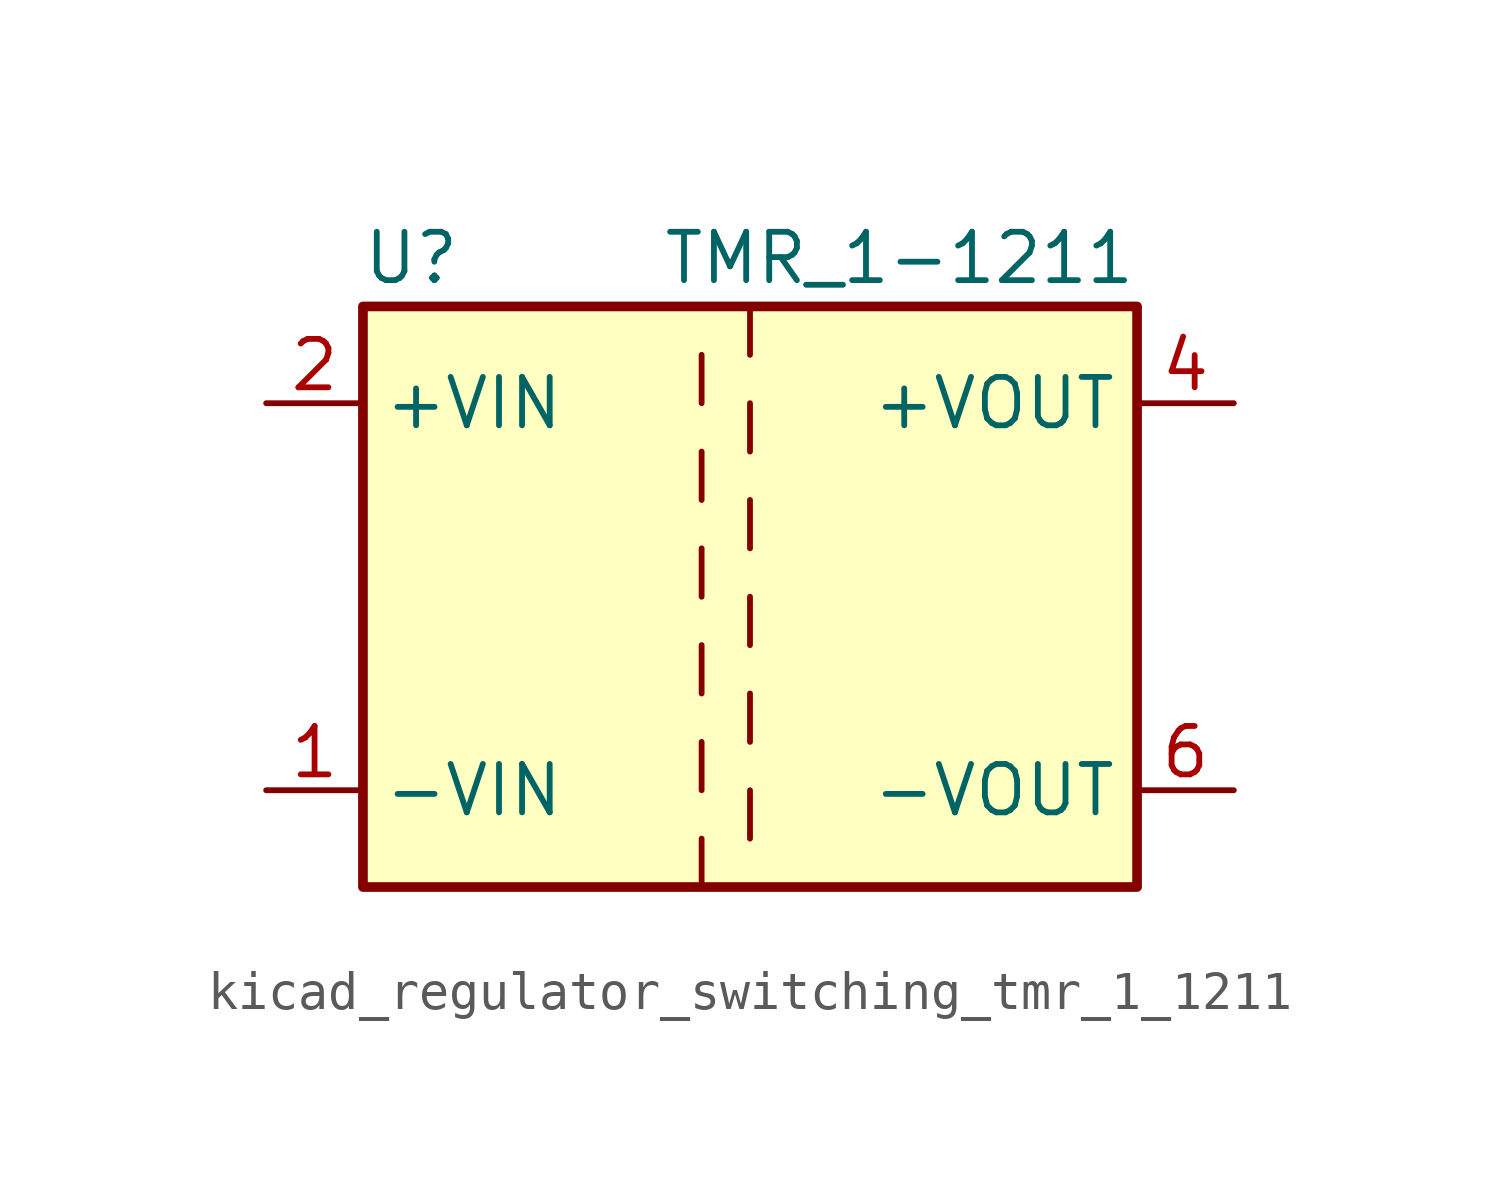
<source format=kicad_sym>
(kicad_symbol_lib
  (version 20220914)
  (generator kicad_symbol_editor)
  (symbol "kicad_regulator_switching_tmr_1_1211"
    (property "Reference" "U"
      (at -8.89 8.89 0)
      (effects (font (size 1.27 1.27))))
    (property "Value" "TMR_1-1211"
      (at 10.16 8.89 0)
      (effects (font (size 1.27 1.27)) (justify right)))
    (symbol "kicad_regulator_switching_tmr_1_1211_0_1"
      (rectangle (start -10.16 7.62) (end 10.16 -7.62) (stroke (width 0.254) (type default)) (fill (type background)))
      (polyline (pts (xy -1.27 -7.62) (xy -1.27 -6.35)) (stroke (width 0) (type default)) (fill (type none)))
      (polyline (pts (xy -1.27 -5.08) (xy -1.27 -3.81)) (stroke (width 0) (type default)) (fill (type none)))
      (polyline (pts (xy -1.27 -2.54) (xy -1.27 -1.27)) (stroke (width 0) (type default)) (fill (type none)))
      (polyline (pts (xy -1.27 0) (xy -1.27 1.27)) (stroke (width 0) (type default)) (fill (type none)))
      (polyline (pts (xy -1.27 2.54) (xy -1.27 3.81)) (stroke (width 0) (type default)) (fill (type none)))
      (polyline (pts (xy -1.27 5.08) (xy -1.27 6.35)) (stroke (width 0) (type default)) (fill (type none)))
      (polyline (pts (xy 0 -5.08) (xy 0 -6.35)) (stroke (width 0) (type default)) (fill (type none)))
      (polyline (pts (xy 0 -2.54) (xy 0 -3.81)) (stroke (width 0) (type default)) (fill (type none)))
      (polyline (pts (xy 0 0) (xy 0 -1.27)) (stroke (width 0) (type default)) (fill (type none)))
      (polyline (pts (xy 0 2.54) (xy 0 1.27)) (stroke (width 0) (type default)) (fill (type none)))
      (polyline (pts (xy 0 5.08) (xy 0 3.81)) (stroke (width 0) (type default)) (fill (type none)))
      (polyline (pts (xy 0 7.62) (xy 0 6.35)) (stroke (width 0) (type default)) (fill (type none))))
    (symbol "kicad_regulator_switching_tmr_1_1211_1_1"
      (pin power_in line (at -12.7 -5.08 0) (length 2.54) (name "-VIN" (effects (font (size 1.27 1.27)))) (number "1" (effects (font (size 1.27 1.27)))))
      (pin power_in line (at -12.7 5.08 0) (length 2.54) (name "+VIN" (effects (font (size 1.27 1.27)))) (number "2" (effects (font (size 1.27 1.27)))))
      (pin power_out line (at 12.7 5.08 180) (length 2.54) (name "+VOUT" (effects (font (size 1.27 1.27)))) (number "4" (effects (font (size 1.27 1.27)))))
      (pin power_out line (at 12.7 -5.08 180) (length 2.54) (name "-VOUT" (effects (font (size 1.27 1.27)))) (number "6" (effects (font (size 1.27 1.27))))))))
</source>
